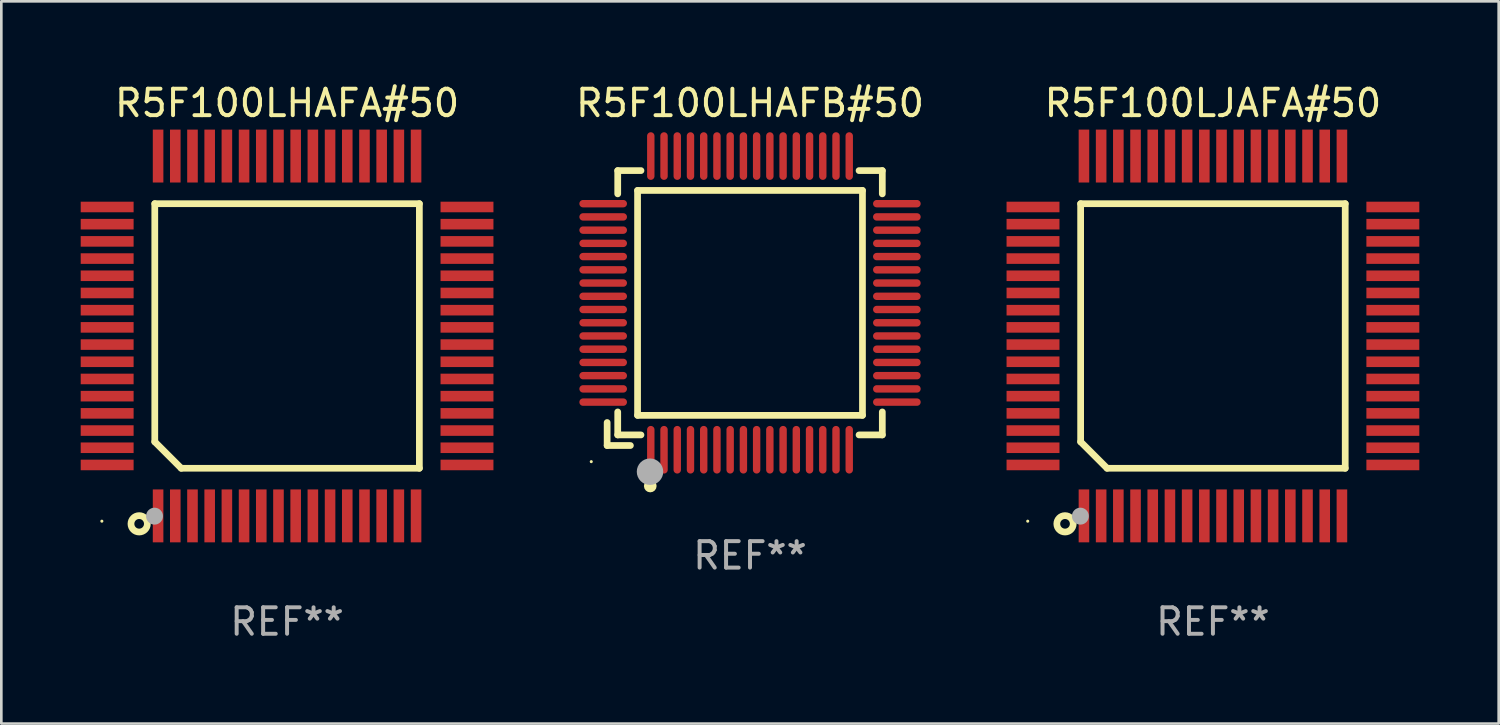
<source format=kicad_pcb>
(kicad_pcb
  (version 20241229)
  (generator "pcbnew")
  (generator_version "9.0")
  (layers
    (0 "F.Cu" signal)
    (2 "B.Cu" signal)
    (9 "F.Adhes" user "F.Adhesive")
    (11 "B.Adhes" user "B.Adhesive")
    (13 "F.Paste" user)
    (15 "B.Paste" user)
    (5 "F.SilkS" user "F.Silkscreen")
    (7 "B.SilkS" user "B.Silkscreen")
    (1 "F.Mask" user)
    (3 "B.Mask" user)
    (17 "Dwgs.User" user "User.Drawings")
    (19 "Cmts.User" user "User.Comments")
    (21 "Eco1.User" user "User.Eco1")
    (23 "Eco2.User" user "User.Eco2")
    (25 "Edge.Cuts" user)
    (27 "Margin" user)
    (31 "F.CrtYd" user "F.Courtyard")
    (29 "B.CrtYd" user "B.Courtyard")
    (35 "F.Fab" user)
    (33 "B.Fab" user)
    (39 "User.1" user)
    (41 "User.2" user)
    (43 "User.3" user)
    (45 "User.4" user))
  (footprint "R5F100LHAFB#50"
    (layer "F.Cu")
    (at 25.297 8.398)
    (property "Reference" "R5F100LHAFB#50" (at 0 -7.55 0) (layer "F.SilkS") (effects (font (size 1 1) (thickness 0.15))))
    (attr through_hole)
    (fp_line (start -5.4 4.521) (end -5.4 5.39) (stroke (width 0.254) (type solid)) (layer "F.SilkS"))
    (fp_line (start -5.4 5.39) (end -4.521 5.39) (stroke (width 0.254) (type solid)) (layer "F.SilkS"))
    (fp_line (start -5 -5) (end -5 -4.121) (stroke (width 0.254) (type solid)) (layer "F.SilkS"))
    (fp_line (start -5 4.121) (end -5 4.99) (stroke (width 0.254) (type solid)) (layer "F.SilkS"))
    (fp_line (start -5 4.99) (end -4.121 4.99) (stroke (width 0.254) (type solid)) (layer "F.SilkS"))
    (fp_line (start -4.25 -4.25) (end -4.25 4.25) (stroke (width 0.254) (type solid)) (layer "F.SilkS"))
    (fp_line (start -4.25 4.25) (end 4.25 4.25) (stroke (width 0.254) (type solid)) (layer "F.SilkS"))
    (fp_line (start -4.121 -5) (end -5 -5) (stroke (width 0.254) (type solid)) (layer "F.SilkS"))
    (fp_line (start 4.121 4.99) (end 5 4.99) (stroke (width 0.254) (type solid)) (layer "F.SilkS"))
    (fp_line (start 4.25 -4.25) (end -4.25 -4.25) (stroke (width 0.254) (type solid)) (layer "F.SilkS"))
    (fp_line (start 4.25 4.25) (end 4.25 -4.25) (stroke (width 0.254) (type solid)) (layer "F.SilkS"))
    (fp_line (start 5 -5) (end 4.121 -5) (stroke (width 0.254) (type solid)) (layer "F.SilkS"))
    (fp_line (start 5 -4.121) (end 5 -5) (stroke (width 0.254) (type solid)) (layer "F.SilkS"))
    (fp_line (start 5 4.99) (end 5 4.121) (stroke (width 0.254) (type solid)) (layer "F.SilkS"))
    (fp_circle (center -6 6) (end -5.97 6) (stroke (width 0.06) (type solid)) (fill no) (layer "F.SilkS"))
    (fp_circle (center -3.77 6.92) (end -3.65 6.92) (stroke (width 0.24) (type solid)) (fill no) (layer "F.SilkS"))
    (fp_circle (center -3.78 6.38) (end -3.53 6.38) (stroke (width 0.5) (type solid)) (fill no) (layer "F.Fab"))
    (fp_text user "REF**" (at 0 9.55 0) (layer "F.Fab") (effects (font (size 1 1) (thickness 0.15))))
    (pad "1" smd oval (at -3.75 5.55) (size 0.28 1.8) (layers "F.Cu" "F.Mask" "F.Paste"))
    (pad "2" smd oval (at -3.25 5.55) (size 0.28 1.8) (layers "F.Cu" "F.Mask" "F.Paste"))
    (pad "3" smd oval (at -2.75 5.55) (size 0.28 1.8) (layers "F.Cu" "F.Mask" "F.Paste"))
    (pad "4" smd oval (at -2.25 5.55) (size 0.28 1.8) (layers "F.Cu" "F.Mask" "F.Paste"))
    (pad "5" smd oval (at -1.75 5.55) (size 0.28 1.8) (layers "F.Cu" "F.Mask" "F.Paste"))
    (pad "6" smd oval (at -1.25 5.55) (size 0.28 1.8) (layers "F.Cu" "F.Mask" "F.Paste"))
    (pad "7" smd oval (at -0.75 5.55) (size 0.28 1.8) (layers "F.Cu" "F.Mask" "F.Paste"))
    (pad "8" smd oval (at -0.25 5.55) (size 0.28 1.8) (layers "F.Cu" "F.Mask" "F.Paste"))
    (pad "9" smd oval (at 0.25 5.55) (size 0.28 1.8) (layers "F.Cu" "F.Mask" "F.Paste"))
    (pad "10" smd oval (at 0.75 5.55) (size 0.28 1.8) (layers "F.Cu" "F.Mask" "F.Paste"))
    (pad "11" smd oval (at 1.25 5.55) (size 0.28 1.8) (layers "F.Cu" "F.Mask" "F.Paste"))
    (pad "12" smd oval (at 1.75 5.55) (size 0.28 1.8) (layers "F.Cu" "F.Mask" "F.Paste"))
    (pad "13" smd oval (at 2.25 5.55) (size 0.28 1.8) (layers "F.Cu" "F.Mask" "F.Paste"))
    (pad "14" smd oval (at 2.75 5.55) (size 0.28 1.8) (layers "F.Cu" "F.Mask" "F.Paste"))
    (pad "15" smd oval (at 3.25 5.55) (size 0.28 1.8) (layers "F.Cu" "F.Mask" "F.Paste"))
    (pad "16" smd oval (at 3.75 5.55) (size 0.28 1.8) (layers "F.Cu" "F.Mask" "F.Paste"))
    (pad "17" smd oval (at 5.55 3.75) (size 1.8 0.28) (layers "F.Cu" "F.Mask" "F.Paste"))
    (pad "18" smd oval (at 5.55 3.25) (size 1.8 0.28) (layers "F.Cu" "F.Mask" "F.Paste"))
    (pad "19" smd oval (at 5.55 2.75) (size 1.8 0.28) (layers "F.Cu" "F.Mask" "F.Paste"))
    (pad "20" smd oval (at 5.55 2.25) (size 1.8 0.28) (layers "F.Cu" "F.Mask" "F.Paste"))
    (pad "21" smd oval (at 5.55 1.75) (size 1.8 0.28) (layers "F.Cu" "F.Mask" "F.Paste"))
    (pad "22" smd oval (at 5.55 1.25) (size 1.8 0.28) (layers "F.Cu" "F.Mask" "F.Paste"))
    (pad "23" smd oval (at 5.55 0.75) (size 1.8 0.28) (layers "F.Cu" "F.Mask" "F.Paste"))
    (pad "24" smd oval (at 5.55 0.25) (size 1.8 0.28) (layers "F.Cu" "F.Mask" "F.Paste"))
    (pad "25" smd oval (at 5.55 -0.25) (size 1.8 0.28) (layers "F.Cu" "F.Mask" "F.Paste"))
    (pad "26" smd oval (at 5.55 -0.75) (size 1.8 0.28) (layers "F.Cu" "F.Mask" "F.Paste"))
    (pad "27" smd oval (at 5.55 -1.25) (size 1.8 0.28) (layers "F.Cu" "F.Mask" "F.Paste"))
    (pad "28" smd oval (at 5.55 -1.75) (size 1.8 0.28) (layers "F.Cu" "F.Mask" "F.Paste"))
    (pad "29" smd oval (at 5.55 -2.25) (size 1.8 0.28) (layers "F.Cu" "F.Mask" "F.Paste"))
    (pad "30" smd oval (at 5.55 -2.75) (size 1.8 0.28) (layers "F.Cu" "F.Mask" "F.Paste"))
    (pad "31" smd oval (at 5.55 -3.25) (size 1.8 0.28) (layers "F.Cu" "F.Mask" "F.Paste"))
    (pad "32" smd oval (at 5.55 -3.75) (size 1.8 0.28) (layers "F.Cu" "F.Mask" "F.Paste"))
    (pad "33" smd oval (at 3.75 -5.55) (size 0.28 1.8) (layers "F.Cu" "F.Mask" "F.Paste"))
    (pad "34" smd oval (at 3.25 -5.55) (size 0.28 1.8) (layers "F.Cu" "F.Mask" "F.Paste"))
    (pad "35" smd oval (at 2.75 -5.55) (size 0.28 1.8) (layers "F.Cu" "F.Mask" "F.Paste"))
    (pad "36" smd oval (at 2.25 -5.55) (size 0.28 1.8) (layers "F.Cu" "F.Mask" "F.Paste"))
    (pad "37" smd oval (at 1.75 -5.55) (size 0.28 1.8) (layers "F.Cu" "F.Mask" "F.Paste"))
    (pad "38" smd oval (at 1.25 -5.55) (size 0.28 1.8) (layers "F.Cu" "F.Mask" "F.Paste"))
    (pad "39" smd oval (at 0.75 -5.55) (size 0.28 1.8) (layers "F.Cu" "F.Mask" "F.Paste"))
    (pad "40" smd oval (at 0.25 -5.55) (size 0.28 1.8) (layers "F.Cu" "F.Mask" "F.Paste"))
    (pad "41" smd oval (at -0.25 -5.55) (size 0.28 1.8) (layers "F.Cu" "F.Mask" "F.Paste"))
    (pad "42" smd oval (at -0.75 -5.55) (size 0.28 1.8) (layers "F.Cu" "F.Mask" "F.Paste"))
    (pad "43" smd oval (at -1.25 -5.55) (size 0.28 1.8) (layers "F.Cu" "F.Mask" "F.Paste"))
    (pad "44" smd oval (at -1.75 -5.55) (size 0.28 1.8) (layers "F.Cu" "F.Mask" "F.Paste"))
    (pad "45" smd oval (at -2.25 -5.55) (size 0.28 1.8) (layers "F.Cu" "F.Mask" "F.Paste"))
    (pad "46" smd oval (at -2.75 -5.55) (size 0.28 1.8) (layers "F.Cu" "F.Mask" "F.Paste"))
    (pad "47" smd oval (at -3.25 -5.55) (size 0.28 1.8) (layers "F.Cu" "F.Mask" "F.Paste"))
    (pad "48" smd oval (at -3.75 -5.55) (size 0.28 1.8) (layers "F.Cu" "F.Mask" "F.Paste"))
    (pad "49" smd oval (at -5.55 -3.75) (size 1.8 0.28) (layers "F.Cu" "F.Mask" "F.Paste"))
    (pad "50" smd oval (at -5.55 -3.25) (size 1.8 0.28) (layers "F.Cu" "F.Mask" "F.Paste"))
    (pad "51" smd oval (at -5.55 -2.75) (size 1.8 0.28) (layers "F.Cu" "F.Mask" "F.Paste"))
    (pad "52" smd oval (at -5.55 -2.25) (size 1.8 0.28) (layers "F.Cu" "F.Mask" "F.Paste"))
    (pad "53" smd oval (at -5.55 -1.75) (size 1.8 0.28) (layers "F.Cu" "F.Mask" "F.Paste"))
    (pad "54" smd oval (at -5.55 -1.25) (size 1.8 0.28) (layers "F.Cu" "F.Mask" "F.Paste"))
    (pad "55" smd oval (at -5.55 -0.75) (size 1.8 0.28) (layers "F.Cu" "F.Mask" "F.Paste"))
    (pad "56" smd oval (at -5.55 -0.25) (size 1.8 0.28) (layers "F.Cu" "F.Mask" "F.Paste"))
    (pad "57" smd oval (at -5.55 0.25) (size 1.8 0.28) (layers "F.Cu" "F.Mask" "F.Paste"))
    (pad "58" smd oval (at -5.55 0.75) (size 1.8 0.28) (layers "F.Cu" "F.Mask" "F.Paste"))
    (pad "59" smd oval (at -5.55 1.25) (size 1.8 0.28) (layers "F.Cu" "F.Mask" "F.Paste"))
    (pad "60" smd oval (at -5.55 1.75) (size 1.8 0.28) (layers "F.Cu" "F.Mask" "F.Paste"))
    (pad "61" smd oval (at -5.55 2.25) (size 1.8 0.28) (layers "F.Cu" "F.Mask" "F.Paste"))
    (pad "62" smd oval (at -5.55 2.75) (size 1.8 0.28) (layers "F.Cu" "F.Mask" "F.Paste"))
    (pad "63" smd oval (at -5.55 3.25) (size 1.8 0.28) (layers "F.Cu" "F.Mask" "F.Paste"))
    (pad "64" smd oval (at -5.55 3.75) (size 1.8 0.28) (layers "F.Cu" "F.Mask" "F.Paste")))
  (footprint "R5F100LHAFA#50"
    (layer "F.Cu")
    (at 7.8 9.648)
    (property "Reference" "R5F100LHAFA#50" (at 0 -8.8 0) (layer "F.SilkS") (effects (font (size 1 1) (thickness 0.15))))
    (attr through_hole)
    (fp_line (start -5 -5) (end 5 -5) (stroke (width 0.254) (type solid)) (layer "F.SilkS"))
    (fp_line (start -5 4) (end -5 -5) (stroke (width 0.254) (type solid)) (layer "F.SilkS"))
    (fp_line (start -4 5) (end -5 4) (stroke (width 0.254) (type solid)) (layer "F.SilkS"))
    (fp_line (start 5 -5) (end 5 5) (stroke (width 0.254) (type solid)) (layer "F.SilkS"))
    (fp_line (start 5 5) (end -4 5) (stroke (width 0.254) (type solid)) (layer "F.SilkS"))
    (fp_circle (center -7 7) (end -6.97 7) (stroke (width 0.06) (type solid)) (fill no) (layer "F.SilkS"))
    (fp_circle (center -5.59 7.1) (end -5.28 7.1) (stroke (width 0.254) (type solid)) (fill no) (layer "F.SilkS"))
    (fp_circle (center -5.01 6.81) (end -4.85 6.81) (stroke (width 0.32) (type solid)) (fill no) (layer "F.Fab"))
    (fp_text user "REF**" (at 0 10.8 0) (layer "F.Fab") (effects (font (size 1 1) (thickness 0.15))))
    (pad "1" smd rect (at -4.875 6.8) (size 0.4 2) (layers "F.Cu" "F.Mask" "F.Paste"))
    (pad "2" smd rect (at -4.225 6.8) (size 0.4 2) (layers "F.Cu" "F.Mask" "F.Paste"))
    (pad "3" smd rect (at -3.575 6.8) (size 0.4 2) (layers "F.Cu" "F.Mask" "F.Paste"))
    (pad "4" smd rect (at -2.925 6.8) (size 0.4 2) (layers "F.Cu" "F.Mask" "F.Paste"))
    (pad "5" smd rect (at -2.275 6.8) (size 0.4 2) (layers "F.Cu" "F.Mask" "F.Paste"))
    (pad "6" smd rect (at -1.625 6.8) (size 0.4 2) (layers "F.Cu" "F.Mask" "F.Paste"))
    (pad "7" smd rect (at -0.975 6.8) (size 0.4 2) (layers "F.Cu" "F.Mask" "F.Paste"))
    (pad "8" smd rect (at -0.325 6.8) (size 0.4 2) (layers "F.Cu" "F.Mask" "F.Paste"))
    (pad "9" smd rect (at 0.325 6.8) (size 0.4 2) (layers "F.Cu" "F.Mask" "F.Paste"))
    (pad "10" smd rect (at 0.975 6.8) (size 0.4 2) (layers "F.Cu" "F.Mask" "F.Paste"))
    (pad "11" smd rect (at 1.625 6.8) (size 0.4 2) (layers "F.Cu" "F.Mask" "F.Paste"))
    (pad "12" smd rect (at 2.275 6.8) (size 0.4 2) (layers "F.Cu" "F.Mask" "F.Paste"))
    (pad "13" smd rect (at 2.925 6.8) (size 0.4 2) (layers "F.Cu" "F.Mask" "F.Paste"))
    (pad "14" smd rect (at 3.575 6.8) (size 0.4 2) (layers "F.Cu" "F.Mask" "F.Paste"))
    (pad "15" smd rect (at 4.225 6.8) (size 0.4 2) (layers "F.Cu" "F.Mask" "F.Paste"))
    (pad "16" smd rect (at 4.875 6.8) (size 0.4 2) (layers "F.Cu" "F.Mask" "F.Paste"))
    (pad "17" smd rect (at 6.8 4.875) (size 2 0.4) (layers "F.Cu" "F.Mask" "F.Paste"))
    (pad "18" smd rect (at 6.8 4.225) (size 2 0.4) (layers "F.Cu" "F.Mask" "F.Paste"))
    (pad "19" smd rect (at 6.8 3.575) (size 2 0.4) (layers "F.Cu" "F.Mask" "F.Paste"))
    (pad "20" smd rect (at 6.8 2.925) (size 2 0.4) (layers "F.Cu" "F.Mask" "F.Paste"))
    (pad "21" smd rect (at 6.8 2.275) (size 2 0.4) (layers "F.Cu" "F.Mask" "F.Paste"))
    (pad "22" smd rect (at 6.8 1.625) (size 2 0.4) (layers "F.Cu" "F.Mask" "F.Paste"))
    (pad "23" smd rect (at 6.8 0.975) (size 2 0.4) (layers "F.Cu" "F.Mask" "F.Paste"))
    (pad "24" smd rect (at 6.8 0.325) (size 2 0.4) (layers "F.Cu" "F.Mask" "F.Paste"))
    (pad "25" smd rect (at 6.8 -0.325) (size 2 0.4) (layers "F.Cu" "F.Mask" "F.Paste"))
    (pad "26" smd rect (at 6.8 -0.975) (size 2 0.4) (layers "F.Cu" "F.Mask" "F.Paste"))
    (pad "27" smd rect (at 6.8 -1.625) (size 2 0.4) (layers "F.Cu" "F.Mask" "F.Paste"))
    (pad "28" smd rect (at 6.8 -2.275) (size 2 0.4) (layers "F.Cu" "F.Mask" "F.Paste"))
    (pad "29" smd rect (at 6.8 -2.925) (size 2 0.4) (layers "F.Cu" "F.Mask" "F.Paste"))
    (pad "30" smd rect (at 6.8 -3.575) (size 2 0.4) (layers "F.Cu" "F.Mask" "F.Paste"))
    (pad "31" smd rect (at 6.8 -4.225) (size 2 0.4) (layers "F.Cu" "F.Mask" "F.Paste"))
    (pad "32" smd rect (at 6.8 -4.875) (size 2 0.4) (layers "F.Cu" "F.Mask" "F.Paste"))
    (pad "33" smd rect (at 4.875 -6.8) (size 0.4 2) (layers "F.Cu" "F.Mask" "F.Paste"))
    (pad "34" smd rect (at 4.225 -6.8) (size 0.4 2) (layers "F.Cu" "F.Mask" "F.Paste"))
    (pad "35" smd rect (at 3.575 -6.8) (size 0.4 2) (layers "F.Cu" "F.Mask" "F.Paste"))
    (pad "36" smd rect (at 2.925 -6.8) (size 0.4 2) (layers "F.Cu" "F.Mask" "F.Paste"))
    (pad "37" smd rect (at 2.275 -6.8) (size 0.4 2) (layers "F.Cu" "F.Mask" "F.Paste"))
    (pad "38" smd rect (at 1.625 -6.8) (size 0.4 2) (layers "F.Cu" "F.Mask" "F.Paste"))
    (pad "39" smd rect (at 0.975 -6.8) (size 0.4 2) (layers "F.Cu" "F.Mask" "F.Paste"))
    (pad "40" smd rect (at 0.325 -6.8) (size 0.4 2) (layers "F.Cu" "F.Mask" "F.Paste"))
    (pad "41" smd rect (at -0.325 -6.8) (size 0.4 2) (layers "F.Cu" "F.Mask" "F.Paste"))
    (pad "42" smd rect (at -0.975 -6.8) (size 0.4 2) (layers "F.Cu" "F.Mask" "F.Paste"))
    (pad "43" smd rect (at -1.625 -6.8) (size 0.4 2) (layers "F.Cu" "F.Mask" "F.Paste"))
    (pad "44" smd rect (at -2.275 -6.8) (size 0.4 2) (layers "F.Cu" "F.Mask" "F.Paste"))
    (pad "45" smd rect (at -2.925 -6.8) (size 0.4 2) (layers "F.Cu" "F.Mask" "F.Paste"))
    (pad "46" smd rect (at -3.575 -6.8) (size 0.4 2) (layers "F.Cu" "F.Mask" "F.Paste"))
    (pad "47" smd rect (at -4.225 -6.8) (size 0.4 2) (layers "F.Cu" "F.Mask" "F.Paste"))
    (pad "48" smd rect (at -4.875 -6.8) (size 0.4 2) (layers "F.Cu" "F.Mask" "F.Paste"))
    (pad "49" smd rect (at -6.8 -4.875) (size 2 0.4) (layers "F.Cu" "F.Mask" "F.Paste"))
    (pad "50" smd rect (at -6.8 -4.225) (size 2 0.4) (layers "F.Cu" "F.Mask" "F.Paste"))
    (pad "51" smd rect (at -6.8 -3.575) (size 2 0.4) (layers "F.Cu" "F.Mask" "F.Paste"))
    (pad "52" smd rect (at -6.8 -2.925) (size 2 0.4) (layers "F.Cu" "F.Mask" "F.Paste"))
    (pad "53" smd rect (at -6.8 -2.275) (size 2 0.4) (layers "F.Cu" "F.Mask" "F.Paste"))
    (pad "54" smd rect (at -6.8 -1.625) (size 2 0.4) (layers "F.Cu" "F.Mask" "F.Paste"))
    (pad "55" smd rect (at -6.8 -0.975) (size 2 0.4) (layers "F.Cu" "F.Mask" "F.Paste"))
    (pad "56" smd rect (at -6.8 -0.325) (size 2 0.4) (layers "F.Cu" "F.Mask" "F.Paste"))
    (pad "57" smd rect (at -6.8 0.325) (size 2 0.4) (layers "F.Cu" "F.Mask" "F.Paste"))
    (pad "58" smd rect (at -6.8 0.975) (size 2 0.4) (layers "F.Cu" "F.Mask" "F.Paste"))
    (pad "59" smd rect (at -6.8 1.625) (size 2 0.4) (layers "F.Cu" "F.Mask" "F.Paste"))
    (pad "60" smd rect (at -6.8 2.275) (size 2 0.4) (layers "F.Cu" "F.Mask" "F.Paste"))
    (pad "61" smd rect (at -6.8 2.925) (size 2 0.4) (layers "F.Cu" "F.Mask" "F.Paste"))
    (pad "62" smd rect (at -6.8 3.575) (size 2 0.4) (layers "F.Cu" "F.Mask" "F.Paste"))
    (pad "63" smd rect (at -6.8 4.225) (size 2 0.4) (layers "F.Cu" "F.Mask" "F.Paste"))
    (pad "64" smd rect (at -6.8 4.875) (size 2 0.4) (layers "F.Cu" "F.Mask" "F.Paste")))
  (footprint "R5F100LJAFA#50"
    (layer "F.Cu")
    (at 42.793 9.648)
    (property "Reference" "R5F100LJAFA#50" (at 0 -8.8 0) (layer "F.SilkS") (effects (font (size 1 1) (thickness 0.15))))
    (attr through_hole)
    (fp_line (start -5 -5) (end 5 -5) (stroke (width 0.254) (type solid)) (layer "F.SilkS"))
    (fp_line (start -5 4) (end -5 -5) (stroke (width 0.254) (type solid)) (layer "F.SilkS"))
    (fp_line (start -4 5) (end -5 4) (stroke (width 0.254) (type solid)) (layer "F.SilkS"))
    (fp_line (start 5 -5) (end 5 5) (stroke (width 0.254) (type solid)) (layer "F.SilkS"))
    (fp_line (start 5 5) (end -4 5) (stroke (width 0.254) (type solid)) (layer "F.SilkS"))
    (fp_circle (center -7 7) (end -6.97 7) (stroke (width 0.06) (type solid)) (fill no) (layer "F.SilkS"))
    (fp_circle (center -5.59 7.1) (end -5.28 7.1) (stroke (width 0.254) (type solid)) (fill no) (layer "F.SilkS"))
    (fp_circle (center -5.01 6.81) (end -4.85 6.81) (stroke (width 0.32) (type solid)) (fill no) (layer "F.Fab"))
    (fp_text user "REF**" (at 0 10.8 0) (layer "F.Fab") (effects (font (size 1 1) (thickness 0.15))))
    (pad "1" smd rect (at -4.875 6.8) (size 0.4 2) (layers "F.Cu" "F.Mask" "F.Paste"))
    (pad "2" smd rect (at -4.225 6.8) (size 0.4 2) (layers "F.Cu" "F.Mask" "F.Paste"))
    (pad "3" smd rect (at -3.575 6.8) (size 0.4 2) (layers "F.Cu" "F.Mask" "F.Paste"))
    (pad "4" smd rect (at -2.925 6.8) (size 0.4 2) (layers "F.Cu" "F.Mask" "F.Paste"))
    (pad "5" smd rect (at -2.275 6.8) (size 0.4 2) (layers "F.Cu" "F.Mask" "F.Paste"))
    (pad "6" smd rect (at -1.625 6.8) (size 0.4 2) (layers "F.Cu" "F.Mask" "F.Paste"))
    (pad "7" smd rect (at -0.975 6.8) (size 0.4 2) (layers "F.Cu" "F.Mask" "F.Paste"))
    (pad "8" smd rect (at -0.325 6.8) (size 0.4 2) (layers "F.Cu" "F.Mask" "F.Paste"))
    (pad "9" smd rect (at 0.325 6.8) (size 0.4 2) (layers "F.Cu" "F.Mask" "F.Paste"))
    (pad "10" smd rect (at 0.975 6.8) (size 0.4 2) (layers "F.Cu" "F.Mask" "F.Paste"))
    (pad "11" smd rect (at 1.625 6.8) (size 0.4 2) (layers "F.Cu" "F.Mask" "F.Paste"))
    (pad "12" smd rect (at 2.275 6.8) (size 0.4 2) (layers "F.Cu" "F.Mask" "F.Paste"))
    (pad "13" smd rect (at 2.925 6.8) (size 0.4 2) (layers "F.Cu" "F.Mask" "F.Paste"))
    (pad "14" smd rect (at 3.575 6.8) (size 0.4 2) (layers "F.Cu" "F.Mask" "F.Paste"))
    (pad "15" smd rect (at 4.225 6.8) (size 0.4 2) (layers "F.Cu" "F.Mask" "F.Paste"))
    (pad "16" smd rect (at 4.875 6.8) (size 0.4 2) (layers "F.Cu" "F.Mask" "F.Paste"))
    (pad "17" smd rect (at 6.8 4.875) (size 2 0.4) (layers "F.Cu" "F.Mask" "F.Paste"))
    (pad "18" smd rect (at 6.8 4.225) (size 2 0.4) (layers "F.Cu" "F.Mask" "F.Paste"))
    (pad "19" smd rect (at 6.8 3.575) (size 2 0.4) (layers "F.Cu" "F.Mask" "F.Paste"))
    (pad "20" smd rect (at 6.8 2.925) (size 2 0.4) (layers "F.Cu" "F.Mask" "F.Paste"))
    (pad "21" smd rect (at 6.8 2.275) (size 2 0.4) (layers "F.Cu" "F.Mask" "F.Paste"))
    (pad "22" smd rect (at 6.8 1.625) (size 2 0.4) (layers "F.Cu" "F.Mask" "F.Paste"))
    (pad "23" smd rect (at 6.8 0.975) (size 2 0.4) (layers "F.Cu" "F.Mask" "F.Paste"))
    (pad "24" smd rect (at 6.8 0.325) (size 2 0.4) (layers "F.Cu" "F.Mask" "F.Paste"))
    (pad "25" smd rect (at 6.8 -0.325) (size 2 0.4) (layers "F.Cu" "F.Mask" "F.Paste"))
    (pad "26" smd rect (at 6.8 -0.975) (size 2 0.4) (layers "F.Cu" "F.Mask" "F.Paste"))
    (pad "27" smd rect (at 6.8 -1.625) (size 2 0.4) (layers "F.Cu" "F.Mask" "F.Paste"))
    (pad "28" smd rect (at 6.8 -2.275) (size 2 0.4) (layers "F.Cu" "F.Mask" "F.Paste"))
    (pad "29" smd rect (at 6.8 -2.925) (size 2 0.4) (layers "F.Cu" "F.Mask" "F.Paste"))
    (pad "30" smd rect (at 6.8 -3.575) (size 2 0.4) (layers "F.Cu" "F.Mask" "F.Paste"))
    (pad "31" smd rect (at 6.8 -4.225) (size 2 0.4) (layers "F.Cu" "F.Mask" "F.Paste"))
    (pad "32" smd rect (at 6.8 -4.875) (size 2 0.4) (layers "F.Cu" "F.Mask" "F.Paste"))
    (pad "33" smd rect (at 4.875 -6.8) (size 0.4 2) (layers "F.Cu" "F.Mask" "F.Paste"))
    (pad "34" smd rect (at 4.225 -6.8) (size 0.4 2) (layers "F.Cu" "F.Mask" "F.Paste"))
    (pad "35" smd rect (at 3.575 -6.8) (size 0.4 2) (layers "F.Cu" "F.Mask" "F.Paste"))
    (pad "36" smd rect (at 2.925 -6.8) (size 0.4 2) (layers "F.Cu" "F.Mask" "F.Paste"))
    (pad "37" smd rect (at 2.275 -6.8) (size 0.4 2) (layers "F.Cu" "F.Mask" "F.Paste"))
    (pad "38" smd rect (at 1.625 -6.8) (size 0.4 2) (layers "F.Cu" "F.Mask" "F.Paste"))
    (pad "39" smd rect (at 0.975 -6.8) (size 0.4 2) (layers "F.Cu" "F.Mask" "F.Paste"))
    (pad "40" smd rect (at 0.325 -6.8) (size 0.4 2) (layers "F.Cu" "F.Mask" "F.Paste"))
    (pad "41" smd rect (at -0.325 -6.8) (size 0.4 2) (layers "F.Cu" "F.Mask" "F.Paste"))
    (pad "42" smd rect (at -0.975 -6.8) (size 0.4 2) (layers "F.Cu" "F.Mask" "F.Paste"))
    (pad "43" smd rect (at -1.625 -6.8) (size 0.4 2) (layers "F.Cu" "F.Mask" "F.Paste"))
    (pad "44" smd rect (at -2.275 -6.8) (size 0.4 2) (layers "F.Cu" "F.Mask" "F.Paste"))
    (pad "45" smd rect (at -2.925 -6.8) (size 0.4 2) (layers "F.Cu" "F.Mask" "F.Paste"))
    (pad "46" smd rect (at -3.575 -6.8) (size 0.4 2) (layers "F.Cu" "F.Mask" "F.Paste"))
    (pad "47" smd rect (at -4.225 -6.8) (size 0.4 2) (layers "F.Cu" "F.Mask" "F.Paste"))
    (pad "48" smd rect (at -4.875 -6.8) (size 0.4 2) (layers "F.Cu" "F.Mask" "F.Paste"))
    (pad "49" smd rect (at -6.8 -4.875) (size 2 0.4) (layers "F.Cu" "F.Mask" "F.Paste"))
    (pad "50" smd rect (at -6.8 -4.225) (size 2 0.4) (layers "F.Cu" "F.Mask" "F.Paste"))
    (pad "51" smd rect (at -6.8 -3.575) (size 2 0.4) (layers "F.Cu" "F.Mask" "F.Paste"))
    (pad "52" smd rect (at -6.8 -2.925) (size 2 0.4) (layers "F.Cu" "F.Mask" "F.Paste"))
    (pad "53" smd rect (at -6.8 -2.275) (size 2 0.4) (layers "F.Cu" "F.Mask" "F.Paste"))
    (pad "54" smd rect (at -6.8 -1.625) (size 2 0.4) (layers "F.Cu" "F.Mask" "F.Paste"))
    (pad "55" smd rect (at -6.8 -0.975) (size 2 0.4) (layers "F.Cu" "F.Mask" "F.Paste"))
    (pad "56" smd rect (at -6.8 -0.325) (size 2 0.4) (layers "F.Cu" "F.Mask" "F.Paste"))
    (pad "57" smd rect (at -6.8 0.325) (size 2 0.4) (layers "F.Cu" "F.Mask" "F.Paste"))
    (pad "58" smd rect (at -6.8 0.975) (size 2 0.4) (layers "F.Cu" "F.Mask" "F.Paste"))
    (pad "59" smd rect (at -6.8 1.625) (size 2 0.4) (layers "F.Cu" "F.Mask" "F.Paste"))
    (pad "60" smd rect (at -6.8 2.275) (size 2 0.4) (layers "F.Cu" "F.Mask" "F.Paste"))
    (pad "61" smd rect (at -6.8 2.925) (size 2 0.4) (layers "F.Cu" "F.Mask" "F.Paste"))
    (pad "62" smd rect (at -6.8 3.575) (size 2 0.4) (layers "F.Cu" "F.Mask" "F.Paste"))
    (pad "63" smd rect (at -6.8 4.225) (size 2 0.4) (layers "F.Cu" "F.Mask" "F.Paste"))
    (pad "64" smd rect (at -6.8 4.875) (size 2 0.4) (layers "F.Cu" "F.Mask" "F.Paste")))
  (gr_rect
    (start -3 -3)
    (end 53.593 24.297)
    (stroke (width 0.1) (type default))
    (fill no)
    (layer "Edge.Cuts")))
</source>
